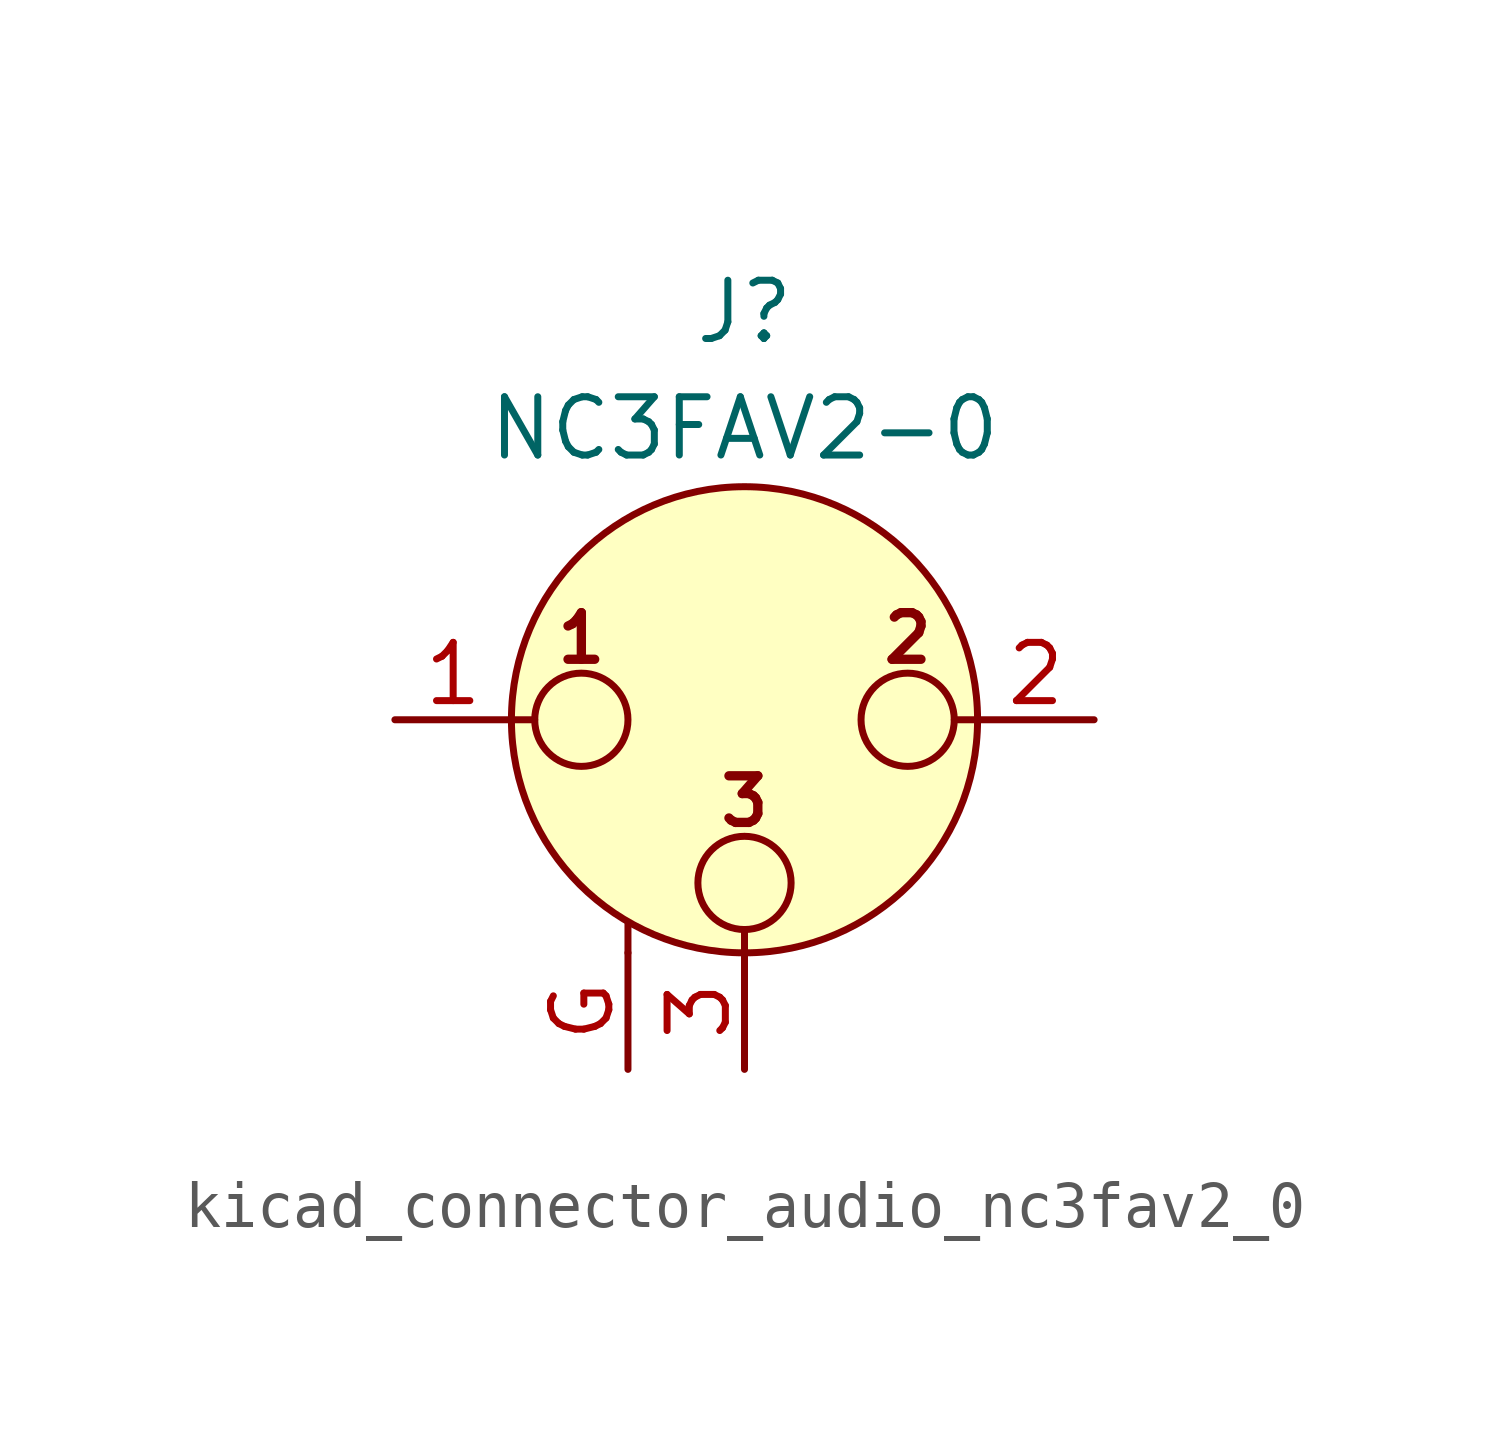
<source format=kicad_sym>
(kicad_symbol_lib
  (version 20220914)
  (generator kicad_symbol_editor)
  (symbol "kicad_connector_audio_nc3fav2_0"
    (pin_names hide)
    (property "Reference" "J"
      (at 0 8.89 0)
      (effects (font (size 1.27 1.27))))
    (property "Value" "NC3FAV2-0"
      (at 0 6.35 0)
      (effects (font (size 1.27 1.27))))
    (symbol "kicad_connector_audio_nc3fav2_0_0_1"
      (circle (center -3.556 0) (radius 1.016) (stroke (width 0) (type default)) (fill (type none)))
      (circle (center 0 -3.556) (radius 1.016) (stroke (width 0) (type default)) (fill (type none)))
      (polyline (pts (xy -5.08 0) (xy -4.572 0)) (stroke (width 0) (type default)) (fill (type none)))
      (polyline (pts (xy -2.54 -5.08) (xy -2.54 -4.445)) (stroke (width 0) (type default)) (fill (type none)))
      (polyline (pts (xy 0 -5.08) (xy 0 -4.572)) (stroke (width 0) (type default)) (fill (type none)))
      (polyline (pts (xy 5.08 0) (xy 4.572 0)) (stroke (width 0) (type default)) (fill (type none)))
      (circle (center 0 0) (radius 5.08) (stroke (width 0) (type default)) (fill (type background)))
      (circle (center 3.556 0) (radius 1.016) (stroke (width 0) (type default)) (fill (type none)))
      (text "1" (at -3.556 1.778 0) (effects (font (size 1.016 1.016) bold)))
      (text "2" (at 3.556 1.778 0) (effects (font (size 1.016 1.016) bold)))
      (text "3" (at 0 -1.778 0) (effects (font (size 1.016 1.016) bold)))
      (pin passive line (at -7.62 0 0) (length 2.54) (name "~" (effects (font (size 1.27 1.27)))) (number "1" (effects (font (size 1.27 1.27)))))
      (pin passive line (at 7.62 0 180) (length 2.54) (name "~" (effects (font (size 1.27 1.27)))) (number "2" (effects (font (size 1.27 1.27)))))
      (pin passive line (at 0 -7.62 90) (length 2.54) (name "~" (effects (font (size 1.27 1.27)))) (number "3" (effects (font (size 1.27 1.27))))))
    (symbol "kicad_connector_audio_nc3fav2_0_1_1"
      (pin passive line (at -2.54 -7.62 90) (length 2.54) (name "~" (effects (font (size 1.27 1.27)))) (number "G" (effects (font (size 1.27 1.27))))))))
</source>
